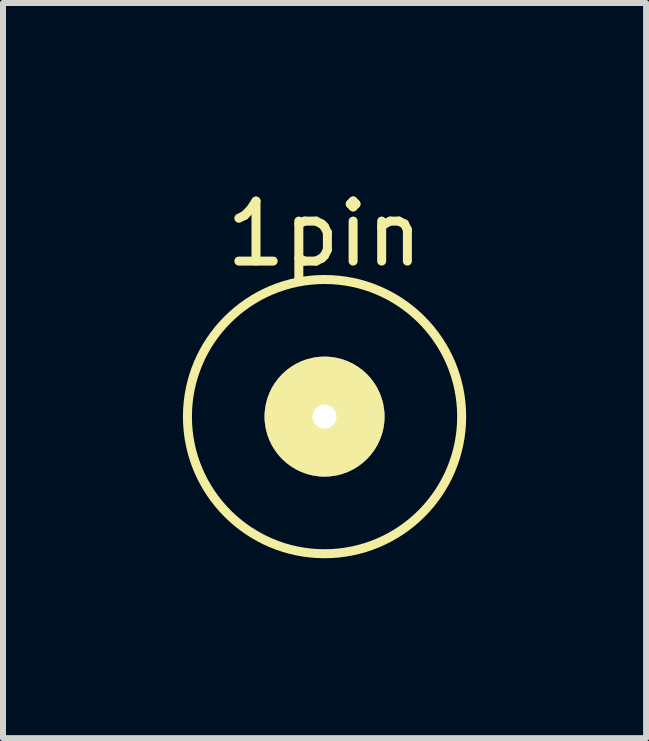
<source format=kicad_pcb>
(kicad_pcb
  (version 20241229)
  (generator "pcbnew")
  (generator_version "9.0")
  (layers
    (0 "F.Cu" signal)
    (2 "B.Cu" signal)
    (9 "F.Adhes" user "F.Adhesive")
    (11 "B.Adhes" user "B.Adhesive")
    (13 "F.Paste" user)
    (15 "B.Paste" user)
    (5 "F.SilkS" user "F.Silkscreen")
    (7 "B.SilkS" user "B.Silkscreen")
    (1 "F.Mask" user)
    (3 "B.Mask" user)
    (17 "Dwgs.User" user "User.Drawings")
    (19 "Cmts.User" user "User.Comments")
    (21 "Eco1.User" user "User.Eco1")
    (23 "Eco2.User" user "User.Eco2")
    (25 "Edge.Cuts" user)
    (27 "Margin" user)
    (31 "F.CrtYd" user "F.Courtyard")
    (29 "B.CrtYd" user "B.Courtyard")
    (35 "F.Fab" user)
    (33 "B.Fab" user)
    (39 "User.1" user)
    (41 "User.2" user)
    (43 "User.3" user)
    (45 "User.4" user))
  (footprint "1pin"
    (layer "F.Cu")
    (at 2.361 3.896)
    (property "Reference" "1pin" (at 0 -3.048 0) (layer "F.SilkS") (effects (font (size 1 1) (thickness 0.15))))
    (attr through_hole)
    (fp_circle (center 0 0) (end 0 -2.286) (stroke (width 0.15) (type solid)) (fill no) (layer "F.SilkS"))
    (pad "1" thru_hole circle (at 0 0) (size 2 2) (drill 0.4) (layers "*.Cu" "*.Mask" "F.SilkS")))
  (gr_rect
    (start -3 -3)
    (end 7.722 9.257)
    (stroke (width 0.1) (type default))
    (fill no)
    (layer "Edge.Cuts")))
</source>
